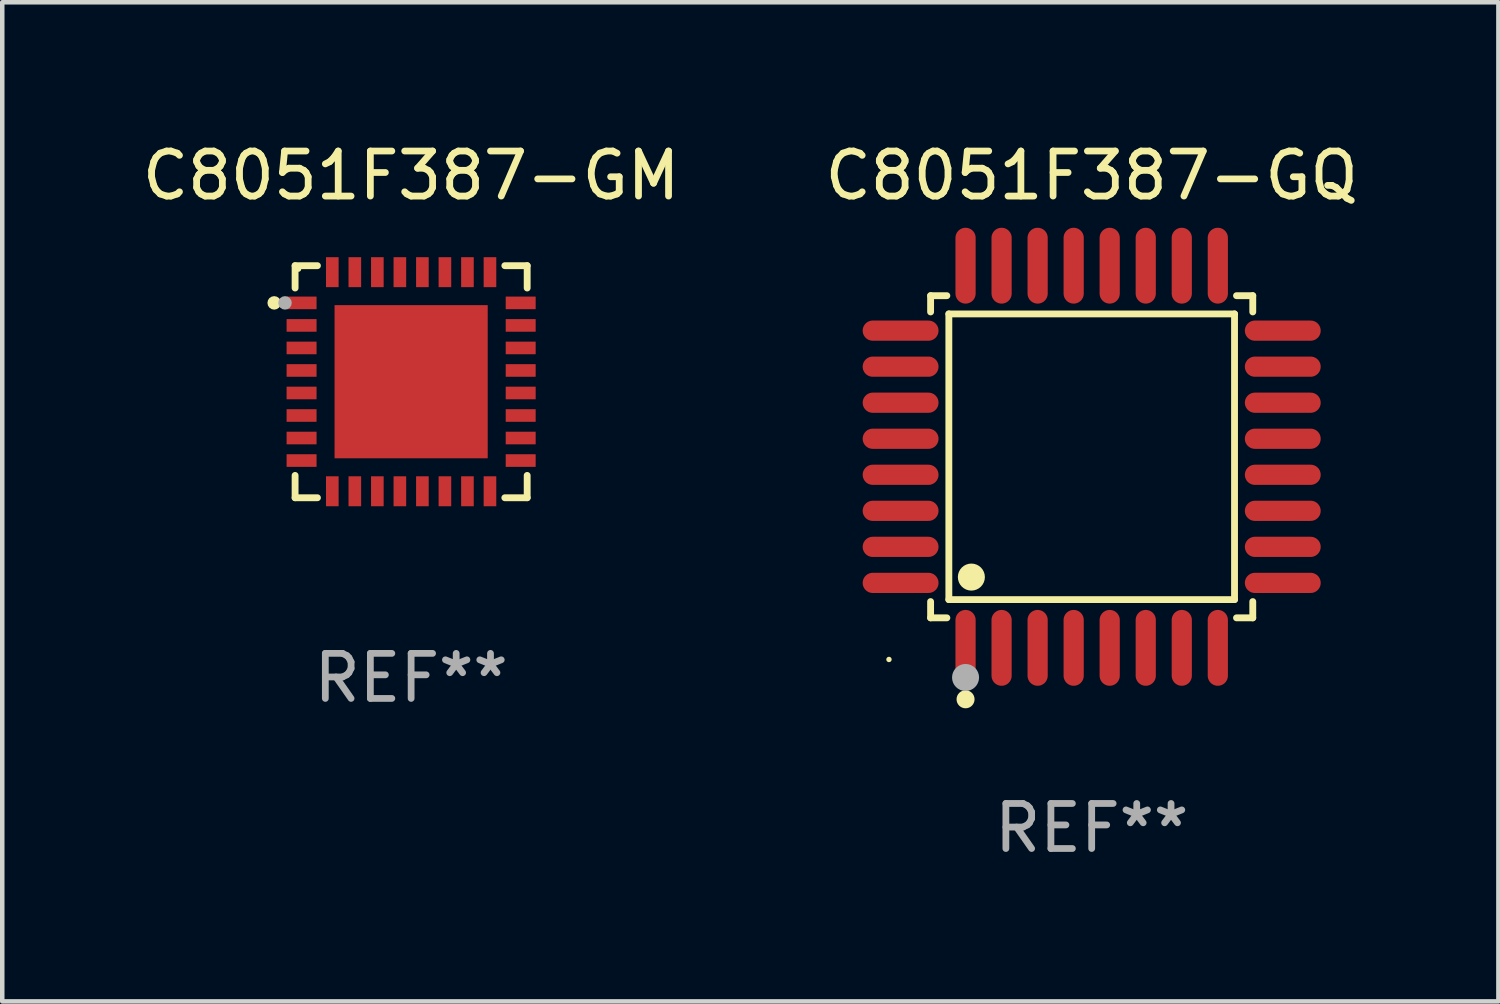
<source format=kicad_pcb>
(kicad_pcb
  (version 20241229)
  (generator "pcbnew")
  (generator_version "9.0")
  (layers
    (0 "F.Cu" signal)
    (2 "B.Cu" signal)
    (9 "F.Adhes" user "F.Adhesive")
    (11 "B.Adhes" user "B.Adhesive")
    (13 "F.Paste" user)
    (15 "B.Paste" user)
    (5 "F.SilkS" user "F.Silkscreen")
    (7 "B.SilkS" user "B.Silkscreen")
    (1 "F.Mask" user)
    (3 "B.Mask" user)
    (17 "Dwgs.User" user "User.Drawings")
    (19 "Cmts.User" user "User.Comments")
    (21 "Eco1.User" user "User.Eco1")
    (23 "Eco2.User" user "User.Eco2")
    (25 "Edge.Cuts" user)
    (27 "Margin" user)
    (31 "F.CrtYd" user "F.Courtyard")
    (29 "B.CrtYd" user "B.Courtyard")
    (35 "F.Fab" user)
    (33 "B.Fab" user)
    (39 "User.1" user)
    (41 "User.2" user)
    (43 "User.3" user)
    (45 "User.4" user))
  (footprint "C8051F387-GQ"
    (layer "F.Cu")
    (at 21.185 7.09)
    (property "Reference" "C8051F387-GQ" (at 0 -6.242 0) (layer "F.SilkS") (effects (font (size 1 1) (thickness 0.15))))
    (attr through_hole)
    (fp_line (start -3.576 -3.576) (end -3.215 -3.576) (stroke (width 0.152) (type solid)) (layer "F.SilkS"))
    (fp_line (start -3.576 -3.215) (end -3.576 -3.576) (stroke (width 0.152) (type solid)) (layer "F.SilkS"))
    (fp_line (start -3.576 3.215) (end -3.576 3.576) (stroke (width 0.152) (type solid)) (layer "F.SilkS"))
    (fp_line (start -3.576 3.576) (end -3.215 3.576) (stroke (width 0.152) (type solid)) (layer "F.SilkS"))
    (fp_line (start -3.171 -3.171) (end 3.171 -3.171) (stroke (width 0.152) (type solid)) (layer "F.SilkS"))
    (fp_line (start -3.171 3.171) (end -3.171 -3.171) (stroke (width 0.152) (type solid)) (layer "F.SilkS"))
    (fp_line (start 3.171 -3.171) (end 3.171 3.171) (stroke (width 0.152) (type solid)) (layer "F.SilkS"))
    (fp_line (start 3.171 3.171) (end -3.171 3.171) (stroke (width 0.152) (type solid)) (layer "F.SilkS"))
    (fp_line (start 3.576 -3.576) (end 3.215 -3.576) (stroke (width 0.152) (type solid)) (layer "F.SilkS"))
    (fp_line (start 3.576 -3.215) (end 3.576 -3.576) (stroke (width 0.152) (type solid)) (layer "F.SilkS"))
    (fp_line (start 3.576 3.215) (end 3.576 3.576) (stroke (width 0.152) (type solid)) (layer "F.SilkS"))
    (fp_line (start 3.576 3.576) (end 3.215 3.576) (stroke (width 0.152) (type solid)) (layer "F.SilkS"))
    (fp_circle (center -4.5 4.5) (end -4.47 4.5) (stroke (width 0.06) (type solid)) (fill no) (layer "F.SilkS"))
    (fp_circle (center -2.8 5.384) (end -2.7 5.384) (stroke (width 0.2) (type solid)) (fill no) (layer "F.SilkS"))
    (fp_circle (center -2.671 2.671) (end -2.521 2.671) (stroke (width 0.3) (type solid)) (fill no) (layer "F.SilkS"))
    (fp_circle (center -2.8 4.9) (end -2.65 4.9) (stroke (width 0.3) (type solid)) (fill no) (layer "F.Fab"))
    (fp_text user "REF**" (at 0 8.242 0) (layer "F.Fab") (effects (font (size 1 1) (thickness 0.15))))
    (pad "1" smd oval (at -2.8 4.242) (size 0.448 1.684) (layers "F.Cu" "F.Mask" "F.Paste"))
    (pad "2" smd oval (at -2 4.242) (size 0.448 1.684) (layers "F.Cu" "F.Mask" "F.Paste"))
    (pad "3" smd oval (at -1.2 4.242) (size 0.448 1.684) (layers "F.Cu" "F.Mask" "F.Paste"))
    (pad "4" smd oval (at -0.4 4.242) (size 0.448 1.684) (layers "F.Cu" "F.Mask" "F.Paste"))
    (pad "5" smd oval (at 0.4 4.242) (size 0.448 1.684) (layers "F.Cu" "F.Mask" "F.Paste"))
    (pad "6" smd oval (at 1.2 4.242) (size 0.448 1.684) (layers "F.Cu" "F.Mask" "F.Paste"))
    (pad "7" smd oval (at 2 4.242) (size 0.448 1.684) (layers "F.Cu" "F.Mask" "F.Paste"))
    (pad "8" smd oval (at 2.8 4.242) (size 0.448 1.684) (layers "F.Cu" "F.Mask" "F.Paste"))
    (pad "9" smd oval (at 4.242 2.8) (size 1.684 0.448) (layers "F.Cu" "F.Mask" "F.Paste"))
    (pad "10" smd oval (at 4.242 2) (size 1.684 0.448) (layers "F.Cu" "F.Mask" "F.Paste"))
    (pad "11" smd oval (at 4.242 1.2) (size 1.684 0.448) (layers "F.Cu" "F.Mask" "F.Paste"))
    (pad "12" smd oval (at 4.242 0.4) (size 1.684 0.448) (layers "F.Cu" "F.Mask" "F.Paste"))
    (pad "13" smd oval (at 4.242 -0.4) (size 1.684 0.448) (layers "F.Cu" "F.Mask" "F.Paste"))
    (pad "14" smd oval (at 4.242 -1.2) (size 1.684 0.448) (layers "F.Cu" "F.Mask" "F.Paste"))
    (pad "15" smd oval (at 4.242 -2) (size 1.684 0.448) (layers "F.Cu" "F.Mask" "F.Paste"))
    (pad "16" smd oval (at 4.242 -2.8) (size 1.684 0.448) (layers "F.Cu" "F.Mask" "F.Paste"))
    (pad "17" smd oval (at 2.8 -4.242) (size 0.448 1.684) (layers "F.Cu" "F.Mask" "F.Paste"))
    (pad "18" smd oval (at 2 -4.242) (size 0.448 1.684) (layers "F.Cu" "F.Mask" "F.Paste"))
    (pad "19" smd oval (at 1.2 -4.242) (size 0.448 1.684) (layers "F.Cu" "F.Mask" "F.Paste"))
    (pad "20" smd oval (at 0.4 -4.242) (size 0.448 1.684) (layers "F.Cu" "F.Mask" "F.Paste"))
    (pad "21" smd oval (at -0.4 -4.242) (size 0.448 1.684) (layers "F.Cu" "F.Mask" "F.Paste"))
    (pad "22" smd oval (at -1.2 -4.242) (size 0.448 1.684) (layers "F.Cu" "F.Mask" "F.Paste"))
    (pad "23" smd oval (at -2 -4.242) (size 0.448 1.684) (layers "F.Cu" "F.Mask" "F.Paste"))
    (pad "24" smd oval (at -2.8 -4.242) (size 0.448 1.684) (layers "F.Cu" "F.Mask" "F.Paste"))
    (pad "25" smd oval (at -4.242 -2.8) (size 1.684 0.448) (layers "F.Cu" "F.Mask" "F.Paste"))
    (pad "26" smd oval (at -4.242 -2) (size 1.684 0.448) (layers "F.Cu" "F.Mask" "F.Paste"))
    (pad "27" smd oval (at -4.242 -1.2) (size 1.684 0.448) (layers "F.Cu" "F.Mask" "F.Paste"))
    (pad "28" smd oval (at -4.242 -0.4) (size 1.684 0.448) (layers "F.Cu" "F.Mask" "F.Paste"))
    (pad "29" smd oval (at -4.242 0.4) (size 1.684 0.448) (layers "F.Cu" "F.Mask" "F.Paste"))
    (pad "30" smd oval (at -4.242 1.2) (size 1.684 0.448) (layers "F.Cu" "F.Mask" "F.Paste"))
    (pad "31" smd oval (at -4.242 2) (size 1.684 0.448) (layers "F.Cu" "F.Mask" "F.Paste"))
    (pad "32" smd oval (at -4.242 2.8) (size 1.684 0.448) (layers "F.Cu" "F.Mask" "F.Paste")))
  (footprint "C8051F387-GM"
    (layer "F.Cu")
    (at 6.077 5.424)
    (property "Reference" "C8051F387-GM" (at 0 -4.576 0) (layer "F.SilkS") (effects (font (size 1 1) (thickness 0.15))))
    (attr through_hole)
    (fp_line (start -2.576 -2.576) (end -2.576 -2.08) (stroke (width 0.152) (type solid)) (layer "F.SilkS"))
    (fp_line (start -2.576 2.576) (end -2.576 2.08) (stroke (width 0.152) (type solid)) (layer "F.SilkS"))
    (fp_line (start -2.08 -2.576) (end -2.576 -2.576) (stroke (width 0.152) (type solid)) (layer "F.SilkS"))
    (fp_line (start -2.08 2.576) (end -2.576 2.576) (stroke (width 0.152) (type solid)) (layer "F.SilkS"))
    (fp_line (start 2.08 -2.576) (end 2.576 -2.576) (stroke (width 0.152) (type solid)) (layer "F.SilkS"))
    (fp_line (start 2.08 2.576) (end 2.576 2.576) (stroke (width 0.152) (type solid)) (layer "F.SilkS"))
    (fp_line (start 2.576 -2.576) (end 2.576 -2.08) (stroke (width 0.152) (type solid)) (layer "F.SilkS"))
    (fp_line (start 2.576 2.576) (end 2.576 2.08) (stroke (width 0.152) (type solid)) (layer "F.SilkS"))
    (fp_circle (center -3.04 -1.75) (end -2.965 -1.75) (stroke (width 0.15) (type solid)) (fill no) (layer "F.SilkS"))
    (fp_circle (center -2.5 -2.5) (end -2.47 -2.5) (stroke (width 0.06) (type solid)) (fill no) (layer "F.SilkS"))
    (fp_circle (center -2.8 -1.75) (end -2.725 -1.75) (stroke (width 0.15) (type solid)) (fill no) (layer "F.Fab"))
    (fp_text user "REF**" (at 0 6.576 0) (layer "F.Fab") (effects (font (size 1 1) (thickness 0.15))))
    (pad "1" smd rect (at -2.432 -1.75) (size 0.665 0.28) (layers "F.Cu" "F.Mask" "F.Paste"))
    (pad "2" smd rect (at -2.432 -1.25) (size 0.665 0.28) (layers "F.Cu" "F.Mask" "F.Paste"))
    (pad "3" smd rect (at -2.432 -0.75) (size 0.665 0.28) (layers "F.Cu" "F.Mask" "F.Paste"))
    (pad "4" smd rect (at -2.432 -0.25) (size 0.665 0.28) (layers "F.Cu" "F.Mask" "F.Paste"))
    (pad "5" smd rect (at -2.432 0.25) (size 0.665 0.28) (layers "F.Cu" "F.Mask" "F.Paste"))
    (pad "6" smd rect (at -2.432 0.75) (size 0.665 0.28) (layers "F.Cu" "F.Mask" "F.Paste"))
    (pad "7" smd rect (at -2.432 1.25) (size 0.665 0.28) (layers "F.Cu" "F.Mask" "F.Paste"))
    (pad "8" smd rect (at -2.432 1.75) (size 0.665 0.28) (layers "F.Cu" "F.Mask" "F.Paste"))
    (pad "9" smd rect (at -1.75 2.432) (size 0.28 0.665) (layers "F.Cu" "F.Mask" "F.Paste"))
    (pad "10" smd rect (at -1.25 2.432) (size 0.28 0.665) (layers "F.Cu" "F.Mask" "F.Paste"))
    (pad "11" smd rect (at -0.75 2.432) (size 0.28 0.665) (layers "F.Cu" "F.Mask" "F.Paste"))
    (pad "12" smd rect (at -0.25 2.432) (size 0.28 0.665) (layers "F.Cu" "F.Mask" "F.Paste"))
    (pad "13" smd rect (at 0.25 2.432) (size 0.28 0.665) (layers "F.Cu" "F.Mask" "F.Paste"))
    (pad "14" smd rect (at 0.75 2.432) (size 0.28 0.665) (layers "F.Cu" "F.Mask" "F.Paste"))
    (pad "15" smd rect (at 1.25 2.432) (size 0.28 0.665) (layers "F.Cu" "F.Mask" "F.Paste"))
    (pad "16" smd rect (at 1.75 2.432) (size 0.28 0.665) (layers "F.Cu" "F.Mask" "F.Paste"))
    (pad "17" smd rect (at 2.432 1.75) (size 0.665 0.28) (layers "F.Cu" "F.Mask" "F.Paste"))
    (pad "18" smd rect (at 2.432 1.25) (size 0.665 0.28) (layers "F.Cu" "F.Mask" "F.Paste"))
    (pad "19" smd rect (at 2.432 0.75) (size 0.665 0.28) (layers "F.Cu" "F.Mask" "F.Paste"))
    (pad "20" smd rect (at 2.432 0.25) (size 0.665 0.28) (layers "F.Cu" "F.Mask" "F.Paste"))
    (pad "21" smd rect (at 2.432 -0.25) (size 0.665 0.28) (layers "F.Cu" "F.Mask" "F.Paste"))
    (pad "22" smd rect (at 2.432 -0.75) (size 0.665 0.28) (layers "F.Cu" "F.Mask" "F.Paste"))
    (pad "23" smd rect (at 2.432 -1.25) (size 0.665 0.28) (layers "F.Cu" "F.Mask" "F.Paste"))
    (pad "24" smd rect (at 2.432 -1.75) (size 0.665 0.28) (layers "F.Cu" "F.Mask" "F.Paste"))
    (pad "25" smd rect (at 1.75 -2.432) (size 0.28 0.665) (layers "F.Cu" "F.Mask" "F.Paste"))
    (pad "26" smd rect (at 1.25 -2.432) (size 0.28 0.665) (layers "F.Cu" "F.Mask" "F.Paste"))
    (pad "27" smd rect (at 0.75 -2.432) (size 0.28 0.665) (layers "F.Cu" "F.Mask" "F.Paste"))
    (pad "28" smd rect (at 0.25 -2.432) (size 0.28 0.665) (layers "F.Cu" "F.Mask" "F.Paste"))
    (pad "29" smd rect (at -0.25 -2.432) (size 0.28 0.665) (layers "F.Cu" "F.Mask" "F.Paste"))
    (pad "30" smd rect (at -0.75 -2.432) (size 0.28 0.665) (layers "F.Cu" "F.Mask" "F.Paste"))
    (pad "31" smd rect (at -1.25 -2.432) (size 0.28 0.665) (layers "F.Cu" "F.Mask" "F.Paste"))
    (pad "32" smd rect (at -1.75 -2.432) (size 0.28 0.665) (layers "F.Cu" "F.Mask" "F.Paste"))
    (pad "33" smd rect (at 0 0) (size 3.4 3.4) (layers "F.Cu" "F.Mask" "F.Paste")))
  (gr_rect
    (start -3 -3)
    (end 30.214 19.181)
    (stroke (width 0.1) (type default))
    (fill no)
    (layer "Edge.Cuts")))
</source>
